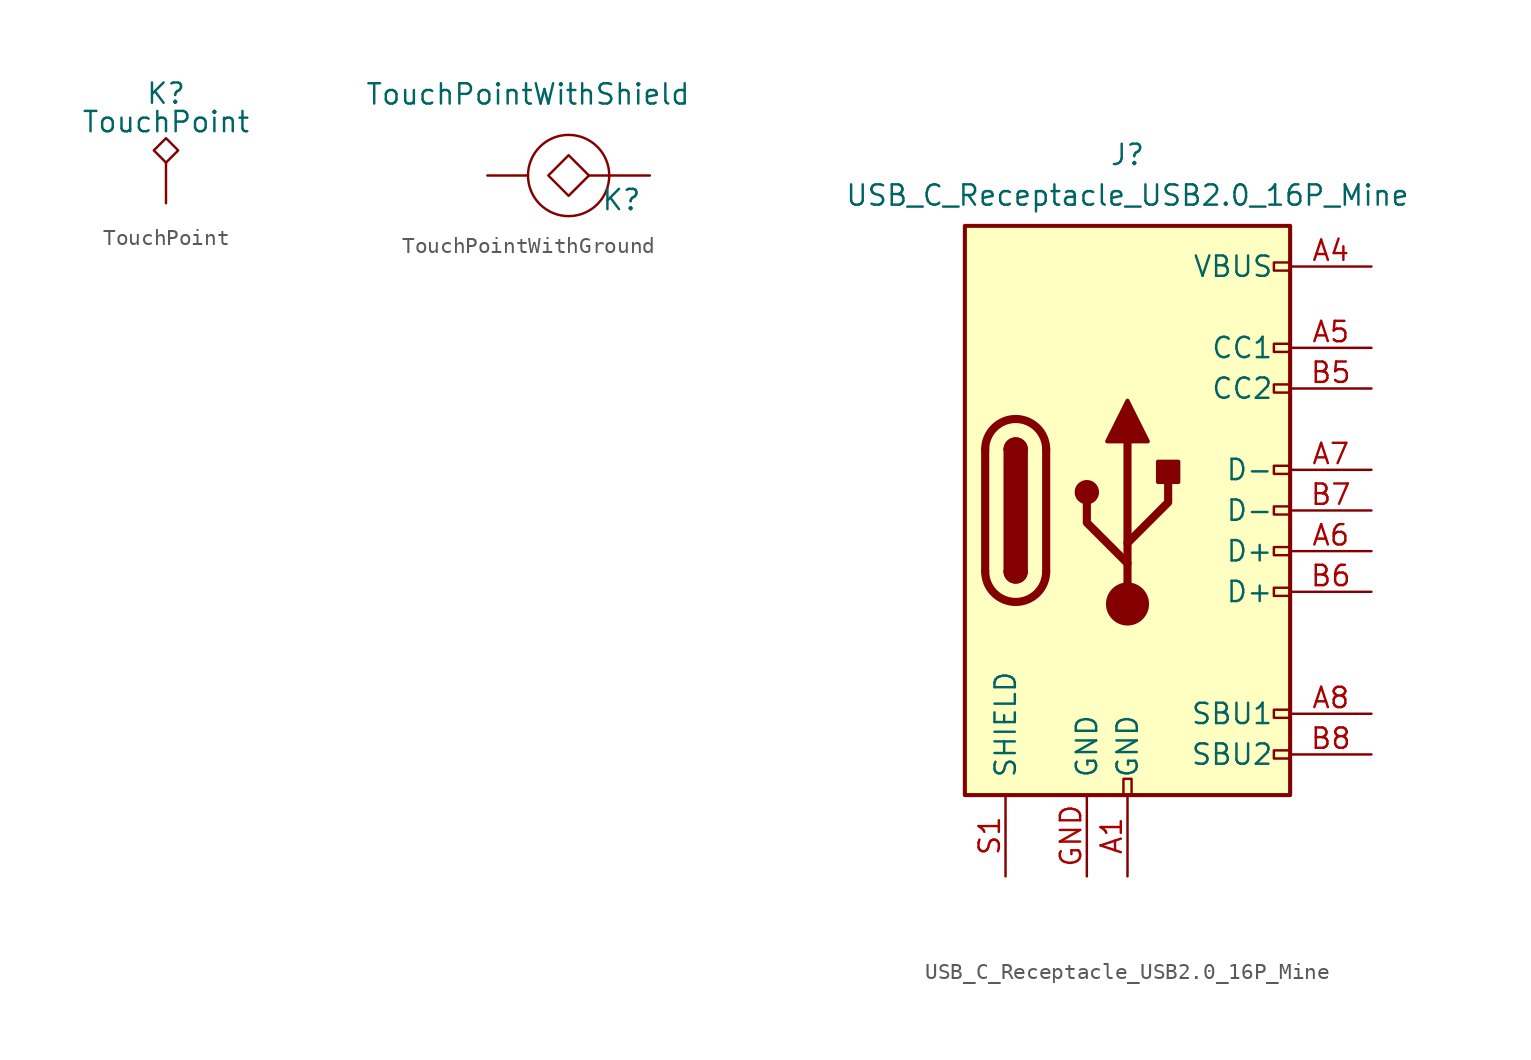
<source format=kicad_sym>
(kicad_symbol_lib
  (version 20231120)
  (generator "kicad_symbol_editor")
  (generator_version "8.0")
  (symbol "TouchPoint"
    (pin_numbers hide)
    (pin_names
      (offset 0.762) hide)
    (property "Reference" "K"
      (at 0 6.858 0)
      (effects (font (size 1.27 1.27))))
    (property "Value" "TouchPoint"
      (at 0 5.08 0)
      (effects (font (size 1.27 1.27))))
    (symbol "TouchPoint_0_1"
      (polyline (pts (xy 0 2.54) (xy -0.762 3.302) (xy 0 4.064) (xy 0.762 3.302) (xy 0 2.54)) (stroke (width 0) (type default)) (fill (type none))))
    (symbol "TouchPoint_1_1"
      (pin passive line (at 0 0 90) (length 2.54) (name "1" (effects (font (size 1.27 1.27)))) (number "1" (effects (font (size 1.27 1.27)))))))
  (symbol "TouchPointWithGround"
    (pin_numbers hide)
    (pin_names
      (offset 0.762) hide)
    (property "Reference" "K"
      (at -0.508 -1.524 0)
      (effects (font (size 1.27 1.27))))
    (property "Value" "TouchPointWithShield"
      (at -6.35 5.08 0)
      (effects (font (size 1.27 1.27))))
    (symbol "TouchPointWithGround_0_1"
      (circle (center -3.81 0) (radius 2.54) (stroke (width 0) (type default)) (fill (type none)))
      (polyline (pts (xy -1.27 0) (xy -2.54 0)) (stroke (width 0) (type default)) (fill (type none)))
      (polyline (pts (xy -2.54 0) (xy -3.81 -1.27) (xy -5.08 0) (xy -3.81 1.27) (xy -2.54 0)) (stroke (width 0) (type default)) (fill (type none))))
    (symbol "TouchPointWithGround_1_1"
      (pin passive line (at 1.27 0 180) (length 2.54) (name "1" (effects (font (size 1.27 1.27)))) (number "1" (effects (font (size 1.27 1.27)))))
      (pin passive line (at -8.89 0 0) (length 2.54) (name "GND" (effects (font (size 1.27 1.27)))) (number "2" (effects (font (size 1.27 1.27)))))))
  (symbol "USB_C_Receptacle_USB2.0_16P_Mine"
    (pin_names
      (offset 1.016))
    (property "Reference" "J"
      (at 0 22.225 0)
      (effects (font (size 1.27 1.27))))
    (property "Value" "USB_C_Receptacle_USB2.0_16P_Mine"
      (at 0 19.685 0)
      (effects (font (size 1.27 1.27))))
    (symbol "USB_C_Receptacle_USB2.0_16P_Mine_0_0"
      (rectangle (start -0.254 -17.78) (end 0.254 -16.764) (stroke (width 0) (type default)) (fill (type none)))
      (rectangle (start 10.16 -14.986) (end 9.144 -15.494) (stroke (width 0) (type default)) (fill (type none)))
      (rectangle (start 10.16 -12.446) (end 9.144 -12.954) (stroke (width 0) (type default)) (fill (type none)))
      (rectangle (start 10.16 -4.826) (end 9.144 -5.334) (stroke (width 0) (type default)) (fill (type none)))
      (rectangle (start 10.16 -2.286) (end 9.144 -2.794) (stroke (width 0) (type default)) (fill (type none)))
      (rectangle (start 10.16 0.254) (end 9.144 -0.254) (stroke (width 0) (type default)) (fill (type none)))
      (rectangle (start 10.16 2.794) (end 9.144 2.286) (stroke (width 0) (type default)) (fill (type none)))
      (rectangle (start 10.16 7.874) (end 9.144 7.366) (stroke (width 0) (type default)) (fill (type none)))
      (rectangle (start 10.16 10.414) (end 9.144 9.906) (stroke (width 0) (type default)) (fill (type none)))
      (rectangle (start 10.16 15.494) (end 9.144 14.986) (stroke (width 0) (type default)) (fill (type none))))
    (symbol "USB_C_Receptacle_USB2.0_16P_Mine_0_1"
      (rectangle (start -10.16 17.78) (end 10.16 -17.78) (stroke (width 0.254) (type default)) (fill (type background)))
      (arc (start -8.89 -3.81) (mid -6.985 -5.7067) (end -5.08 -3.81) (stroke (width 0.508) (type default)) (fill (type none)))
      (arc (start -7.62 -3.81) (mid -6.985 -4.4423) (end -6.35 -3.81) (stroke (width 0.254) (type default)) (fill (type none)))
      (arc (start -7.62 -3.81) (mid -6.985 -4.4423) (end -6.35 -3.81) (stroke (width 0.254) (type default)) (fill (type outline)))
      (rectangle (start -7.62 -3.81) (end -6.35 3.81) (stroke (width 0.254) (type default)) (fill (type outline)))
      (arc (start -6.35 3.81) (mid -6.985 4.4423) (end -7.62 3.81) (stroke (width 0.254) (type default)) (fill (type none)))
      (arc (start -6.35 3.81) (mid -6.985 4.4423) (end -7.62 3.81) (stroke (width 0.254) (type default)) (fill (type outline)))
      (arc (start -5.08 3.81) (mid -6.985 5.7067) (end -8.89 3.81) (stroke (width 0.508) (type default)) (fill (type none)))
      (circle (center -2.54 1.143) (radius 0.635) (stroke (width 0.254) (type default)) (fill (type outline)))
      (circle (center 0 -5.842) (radius 1.27) (stroke (width 0) (type default)) (fill (type outline)))
      (polyline (pts (xy -8.89 -3.81) (xy -8.89 3.81)) (stroke (width 0.508) (type default)) (fill (type none)))
      (polyline (pts (xy -5.08 3.81) (xy -5.08 -3.81)) (stroke (width 0.508) (type default)) (fill (type none)))
      (polyline (pts (xy 0 -5.842) (xy 0 4.318)) (stroke (width 0.508) (type default)) (fill (type none)))
      (polyline (pts (xy 0 -3.302) (xy -2.54 -0.762) (xy -2.54 0.508)) (stroke (width 0.508) (type default)) (fill (type none)))
      (polyline (pts (xy 0 -2.032) (xy 2.54 0.508) (xy 2.54 1.778)) (stroke (width 0.508) (type default)) (fill (type none)))
      (polyline (pts (xy -1.27 4.318) (xy 0 6.858) (xy 1.27 4.318) (xy -1.27 4.318)) (stroke (width 0.254) (type default)) (fill (type outline)))
      (rectangle (start 1.905 1.778) (end 3.175 3.048) (stroke (width 0.254) (type default)) (fill (type outline))))
    (symbol "USB_C_Receptacle_USB2.0_16P_Mine_1_1"
      (pin passive line (at 0 -22.86 90) (length 5.08) (name "GND" (effects (font (size 1.27 1.27)))) (number "A1" (effects (font (size 1.27 1.27)))))
      (pin passive line (at 0 -22.86 90) (length 5.08) hide (name "GND" (effects (font (size 1.27 1.27)))) (number "A12" (effects (font (size 1.27 1.27)))))
      (pin passive line (at 15.24 15.24 180) (length 5.08) (name "VBUS" (effects (font (size 1.27 1.27)))) (number "A4" (effects (font (size 1.27 1.27)))))
      (pin bidirectional line (at 15.24 10.16 180) (length 5.08) (name "CC1" (effects (font (size 1.27 1.27)))) (number "A5" (effects (font (size 1.27 1.27)))))
      (pin bidirectional line (at 15.24 -2.54 180) (length 5.08) (name "D+" (effects (font (size 1.27 1.27)))) (number "A6" (effects (font (size 1.27 1.27)))))
      (pin bidirectional line (at 15.24 2.54 180) (length 5.08) (name "D-" (effects (font (size 1.27 1.27)))) (number "A7" (effects (font (size 1.27 1.27)))))
      (pin bidirectional line (at 15.24 -12.7 180) (length 5.08) (name "SBU1" (effects (font (size 1.27 1.27)))) (number "A8" (effects (font (size 1.27 1.27)))))
      (pin passive line (at 15.24 15.24 180) (length 5.08) hide (name "VBUS" (effects (font (size 1.27 1.27)))) (number "A9" (effects (font (size 1.27 1.27)))))
      (pin passive line (at 0 -22.86 90) (length 5.08) hide (name "GND" (effects (font (size 1.27 1.27)))) (number "B1" (effects (font (size 1.27 1.27)))))
      (pin passive line (at 0 -22.86 90) (length 5.08) hide (name "GND" (effects (font (size 1.27 1.27)))) (number "B12" (effects (font (size 1.27 1.27)))))
      (pin passive line (at 15.24 15.24 180) (length 5.08) hide (name "VBUS" (effects (font (size 1.27 1.27)))) (number "B4" (effects (font (size 1.27 1.27)))))
      (pin bidirectional line (at 15.24 7.62 180) (length 5.08) (name "CC2" (effects (font (size 1.27 1.27)))) (number "B5" (effects (font (size 1.27 1.27)))))
      (pin bidirectional line (at 15.24 -5.08 180) (length 5.08) (name "D+" (effects (font (size 1.27 1.27)))) (number "B6" (effects (font (size 1.27 1.27)))))
      (pin bidirectional line (at 15.24 0 180) (length 5.08) (name "D-" (effects (font (size 1.27 1.27)))) (number "B7" (effects (font (size 1.27 1.27)))))
      (pin bidirectional line (at 15.24 -15.24 180) (length 5.08) (name "SBU2" (effects (font (size 1.27 1.27)))) (number "B8" (effects (font (size 1.27 1.27)))))
      (pin passive line (at 15.24 15.24 180) (length 5.08) hide (name "VBUS" (effects (font (size 1.27 1.27)))) (number "B9" (effects (font (size 1.27 1.27)))))
      (pin passive line (at -2.54 -22.86 90) (length 5.08) (name "GND" (effects (font (size 1.27 1.27)))) (number "GND" (effects (font (size 1.27 1.27)))))
      (pin passive line (at -7.62 -22.86 90) (length 5.08) (name "SHIELD" (effects (font (size 1.27 1.27)))) (number "S1" (effects (font (size 1.27 1.27))))))))
</source>
